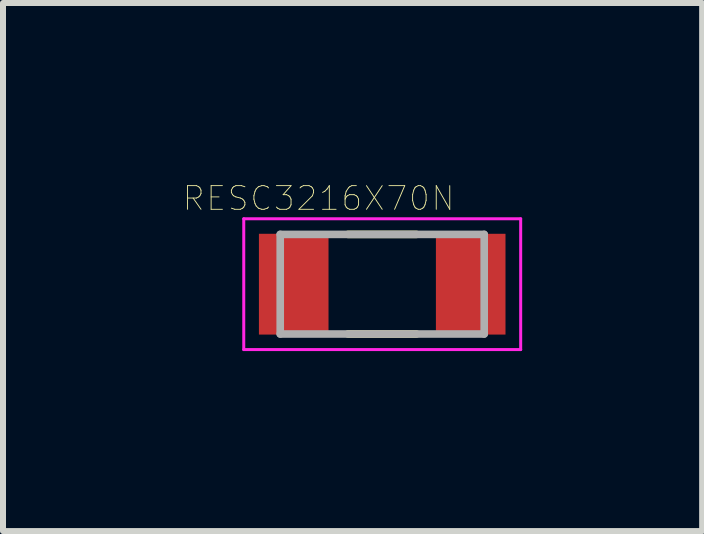
<source format=kicad_pcb>
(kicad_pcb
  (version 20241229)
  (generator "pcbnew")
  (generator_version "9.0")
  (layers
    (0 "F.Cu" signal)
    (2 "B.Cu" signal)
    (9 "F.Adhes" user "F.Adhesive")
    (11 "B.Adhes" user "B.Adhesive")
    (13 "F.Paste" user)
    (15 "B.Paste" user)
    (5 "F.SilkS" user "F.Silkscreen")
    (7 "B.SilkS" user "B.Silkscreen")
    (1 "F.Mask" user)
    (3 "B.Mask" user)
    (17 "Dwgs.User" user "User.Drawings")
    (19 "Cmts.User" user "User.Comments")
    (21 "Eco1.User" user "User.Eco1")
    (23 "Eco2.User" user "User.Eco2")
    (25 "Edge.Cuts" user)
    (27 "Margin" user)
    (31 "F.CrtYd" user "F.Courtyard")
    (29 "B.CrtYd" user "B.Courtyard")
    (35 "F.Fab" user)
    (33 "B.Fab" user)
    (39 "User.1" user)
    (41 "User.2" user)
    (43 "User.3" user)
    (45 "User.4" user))
  (footprint "RESC3216X70N"
    (layer "F.Cu")
    (at 3.321 1.687)
    (property "Reference" "RESC3216X70N" (at -1.06 -1.43 0) (layer "F.SilkS") (effects (font (size 0.394 0.394) (thickness 0.015))))
    (attr through_hole)
    (fp_line (start -0.57 -0.83) (end 0.57 -0.83) (stroke (width 0.127) (type solid)) (layer "F.SilkS"))
    (fp_line (start -0.57 0.83) (end 0.57 0.83) (stroke (width 0.127) (type solid)) (layer "F.SilkS"))
    (fp_line (start -2.308 -1.09) (end 2.308 -1.09) (stroke (width 0.05) (type solid)) (layer "F.CrtYd"))
    (fp_line (start -2.308 1.09) (end -2.308 -1.09) (stroke (width 0.05) (type solid)) (layer "F.CrtYd"))
    (fp_line (start -2.308 1.09) (end 2.308 1.09) (stroke (width 0.05) (type solid)) (layer "F.CrtYd"))
    (fp_line (start 2.308 1.09) (end 2.308 -1.09) (stroke (width 0.05) (type solid)) (layer "F.CrtYd"))
    (fp_line (start -1.7 0.83) (end -1.7 -0.83) (stroke (width 0.127) (type solid)) (layer "F.Fab"))
    (fp_line (start 1.7 -0.83) (end -1.7 -0.83) (stroke (width 0.127) (type solid)) (layer "F.Fab"))
    (fp_line (start 1.7 0.83) (end -1.7 0.83) (stroke (width 0.127) (type solid)) (layer "F.Fab"))
    (fp_line (start 1.7 0.83) (end 1.7 -0.83) (stroke (width 0.127) (type solid)) (layer "F.Fab"))
    (pad "1" smd rect (at -1.475 0) (size 1.16 1.68) (layers "F.Cu" "F.Mask" "F.Paste"))
    (pad "2" smd rect (at 1.475 0) (size 1.16 1.68) (layers "F.Cu" "F.Mask" "F.Paste")))
  (gr_rect
    (start -3 -3)
    (end 8.654 5.802)
    (stroke (width 0.1) (type default))
    (fill no)
    (layer "Edge.Cuts")))
</source>
